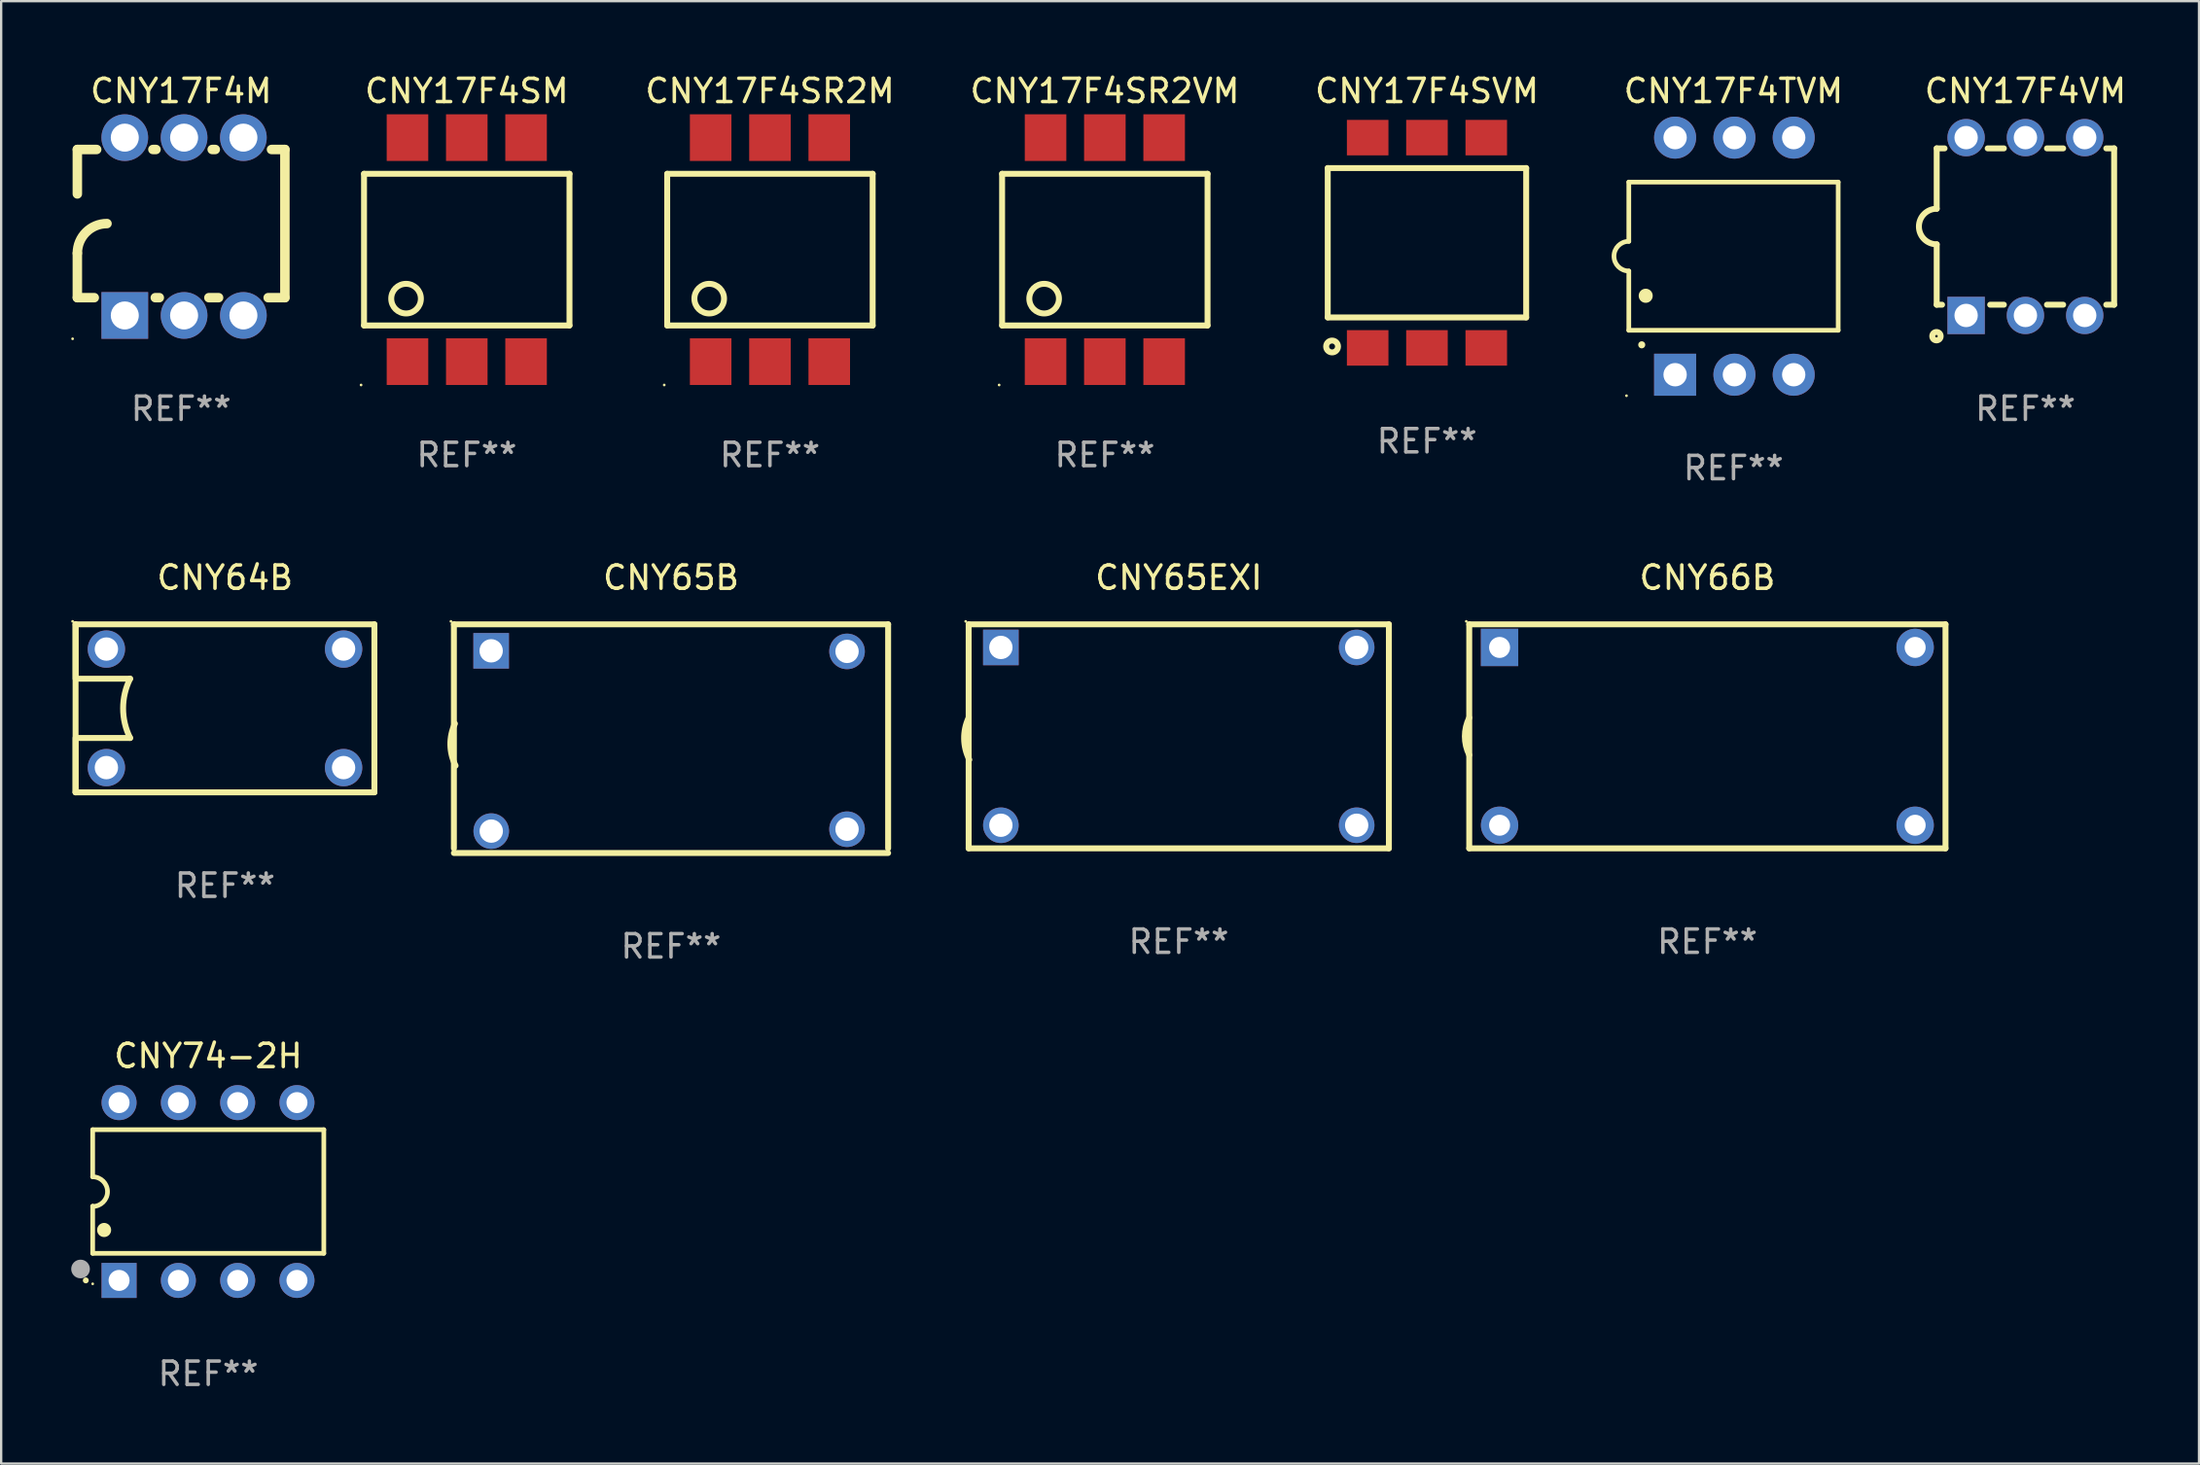
<source format=kicad_pcb>
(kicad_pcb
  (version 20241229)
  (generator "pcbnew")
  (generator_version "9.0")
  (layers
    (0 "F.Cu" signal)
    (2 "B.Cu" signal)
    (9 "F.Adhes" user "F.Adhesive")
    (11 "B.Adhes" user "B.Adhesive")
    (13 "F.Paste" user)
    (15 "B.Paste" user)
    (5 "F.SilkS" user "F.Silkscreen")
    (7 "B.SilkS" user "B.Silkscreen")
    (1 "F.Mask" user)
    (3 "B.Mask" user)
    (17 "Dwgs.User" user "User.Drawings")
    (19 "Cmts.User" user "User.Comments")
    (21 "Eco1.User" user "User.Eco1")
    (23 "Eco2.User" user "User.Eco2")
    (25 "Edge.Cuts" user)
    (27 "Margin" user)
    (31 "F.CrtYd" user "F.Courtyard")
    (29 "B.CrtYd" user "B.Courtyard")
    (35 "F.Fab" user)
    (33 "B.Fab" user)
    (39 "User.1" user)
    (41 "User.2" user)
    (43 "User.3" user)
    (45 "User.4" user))
  (footprint "CNY65B"
    (layer "F.Cu")
    (at 25.692 28.605)
    (property "Reference" "CNY65B" (at 0 -6.9 0) (layer "F.SilkS") (effects (font (size 1 1) (thickness 0.15))))
    (attr through_hole)
    (fp_line (start -9.3 -4.9) (end -9.3 4.7) (stroke (width 0.254) (type solid)) (layer "F.SilkS"))
    (fp_line (start -9.3 -4.9) (end 9.3 -4.9) (stroke (width 0.254) (type solid)) (layer "F.SilkS"))
    (fp_line (start 9.3 4.7) (end 9.3 -4.9) (stroke (width 0.254) (type solid)) (layer "F.SilkS"))
    (fp_line (start 9.3 4.9) (end -9.3 4.9) (stroke (width 0.254) (type solid)) (layer "F.SilkS"))
    (fp_arc (start -9.2286 1.1571) (mid -9.450858 0.2599) (end -9.256541 -0.643764) (stroke (width 0.254001) (type solid)) (layer "F.SilkS"))
    (fp_circle (center -9.427 -5.027) (end -9.397 -5.027) (stroke (width 0.06) (type solid)) (fill no) (layer "F.SilkS"))
    (fp_text user "REF**" (at 0 8.9 0) (layer "F.Fab") (effects (font (size 1 1) (thickness 0.15))))
    (pad "1" thru_hole rect (at -7.704 -3.765) (size 1.524 1.524) (drill 1) (layers "*.Cu" "*.Mask"))
    (pad "2" thru_hole circle (at -7.7 3.961) (size 1.524 1.524) (drill 1) (layers "*.Cu" "*.Mask"))
    (pad "3" thru_hole circle (at 7.54 3.88) (size 1.524 1.524) (drill 1) (layers "*.Cu" "*.Mask"))
    (pad "4" thru_hole circle (at 7.54 -3.74) (size 1.524 1.524) (drill 1) (layers "*.Cu" "*.Mask")))
  (footprint "CNY66B"
    (layer "F.Cu")
    (at 70.083 28.505)
    (property "Reference" "CNY66B" (at 0 -6.8 0) (layer "F.SilkS") (effects (font (size 1 1) (thickness 0.15))))
    (attr through_hole)
    (fp_line (start -10.2 -4.8) (end -10.2 4.8) (stroke (width 0.254) (type solid)) (layer "F.SilkS"))
    (fp_line (start -10.2 -4.8) (end 10.2 -4.8) (stroke (width 0.254) (type solid)) (layer "F.SilkS"))
    (fp_line (start 10.2 4.8) (end -10.2 4.8) (stroke (width 0.254) (type solid)) (layer "F.SilkS"))
    (fp_line (start 10.2 4.8) (end 10.2 -4.8) (stroke (width 0.254) (type solid)) (layer "F.SilkS"))
    (fp_arc (start -10.2 0.8) (mid -10.388269 0) (end -10.2 -0.8) (stroke (width 0.254001) (type solid)) (layer "F.SilkS"))
    (fp_circle (center -10.327 -4.927) (end -10.297 -4.927) (stroke (width 0.06) (type solid)) (fill no) (layer "F.SilkS"))
    (fp_text user "REF**" (at 0 8.8 0) (layer "F.Fab") (effects (font (size 1 1) (thickness 0.15))))
    (pad "1" thru_hole rect (at -8.901 -3.81) (size 1.6 1.6) (drill 0.9) (layers "*.Cu" "*.Mask"))
    (pad "2" thru_hole circle (at -8.9 3.81) (size 1.6 1.6) (drill 0.9) (layers "*.Cu" "*.Mask"))
    (pad "3" thru_hole circle (at 8.9 3.81) (size 1.6 1.6) (drill 0.9) (layers "*.Cu" "*.Mask"))
    (pad "4" thru_hole circle (at 8.9 -3.81) (size 1.6 1.6) (drill 0.9) (layers "*.Cu" "*.Mask")))
  (footprint "CNY17F4SVM"
    (layer "F.Cu")
    (at 58.072 7.353)
    (property "Reference" "CNY17F4SVM" (at 0 -6.505 0) (layer "F.SilkS") (effects (font (size 1 1) (thickness 0.15))))
    (attr through_hole)
    (fp_line (start -4.25 3.2) (end -4.25 -3.2) (stroke (width 0.254) (type solid)) (layer "F.SilkS"))
    (fp_line (start -4.25 -3.2) (end 4.25 -3.2) (stroke (width 0.254) (type solid)) (layer "F.SilkS"))
    (fp_line (start 4.25 3.2) (end -4.25 3.2) (stroke (width 0.254) (type solid)) (layer "F.SilkS"))
    (fp_line (start 4.25 3.2) (end 4.25 -3.2) (stroke (width 0.254) (type solid)) (layer "F.SilkS"))
    (fp_circle (center -4.064 4.445) (end -3.81 4.445) (stroke (width 0.254) (type solid)) (fill no) (layer "F.SilkS"))
    (fp_text user "REF**" (at 0 8.505 0) (layer "F.Fab") (effects (font (size 1 1) (thickness 0.15))))
    (pad "1" smd rect (at -2.54 4.505) (size 1.78 1.52) (layers "F.Cu" "F.Mask" "F.Paste"))
    (pad "2" smd rect (at 0 4.505) (size 1.78 1.52) (layers "F.Cu" "F.Mask" "F.Paste"))
    (pad "3" smd rect (at 2.54 4.505) (size 1.78 1.52) (layers "F.Cu" "F.Mask" "F.Paste"))
    (pad "4" smd rect (at 2.54 -4.505) (size 1.78 1.52) (layers "F.Cu" "F.Mask" "F.Paste"))
    (pad "5" smd rect (at 0 -4.505) (size 1.78 1.52) (layers "F.Cu" "F.Mask" "F.Paste"))
    (pad "6" smd rect (at -2.54 -4.505) (size 1.78 1.52) (layers "F.Cu" "F.Mask" "F.Paste")))
  (footprint "CNY64B"
    (layer "F.Cu")
    (at 6.587 27.305)
    (property "Reference" "CNY64B" (at 0 -5.6 0) (layer "F.SilkS") (effects (font (size 1 1) (thickness 0.15))))
    (attr through_hole)
    (fp_line (start -6.4 -3.6) (end -6.4 3.6) (stroke (width 0.254) (type solid)) (layer "F.SilkS"))
    (fp_line (start -6.4 -3.6) (end 6.4 -3.6) (stroke (width 0.254) (type solid)) (layer "F.SilkS"))
    (fp_line (start -6.4 -1.27) (end -6.4 -3.6) (stroke (width 0.254) (type solid)) (layer "F.SilkS"))
    (fp_line (start -6.4 3.599) (end -6.4 1.269) (stroke (width 0.254) (type solid)) (layer "F.SilkS"))
    (fp_line (start -6.35 -1.27) (end -4.064 -1.27) (stroke (width 0.254) (type solid)) (layer "F.SilkS"))
    (fp_line (start -6.35 1.27) (end -4.064 1.27) (stroke (width 0.254) (type solid)) (layer "F.SilkS"))
    (fp_line (start 6.4 -3.6) (end 6.4 3.6) (stroke (width 0.254) (type solid)) (layer "F.SilkS"))
    (fp_line (start 6.4 3.6) (end -6.4 3.6) (stroke (width 0.254) (type solid)) (layer "F.SilkS"))
    (fp_arc (start -4.064008 1.270002) (mid -4.363815 0) (end -4.064008 -1.270003) (stroke (width 0.254001) (type solid)) (layer "F.SilkS"))
    (fp_circle (center -6.527 -3.727) (end -6.497 -3.727) (stroke (width 0.06) (type solid)) (fill no) (layer "F.SilkS"))
    (fp_text user "REF**" (at 0 7.6 0) (layer "F.Fab") (effects (font (size 1 1) (thickness 0.15))))
    (pad "1" thru_hole circle (at -5.08 -2.54) (size 1.6 1.6) (drill 1) (layers "*.Cu" "*.Mask"))
    (pad "2" thru_hole circle (at -5.08 2.54) (size 1.6 1.6) (drill 1) (layers "*.Cu" "*.Mask"))
    (pad "3" thru_hole circle (at 5.08 2.54) (size 1.6 1.6) (drill 1) (layers "*.Cu" "*.Mask"))
    (pad "4" thru_hole circle (at 5.08 -2.54) (size 1.6 1.6) (drill 1) (layers "*.Cu" "*.Mask")))
  (footprint "CNY17F4SR2VM"
    (layer "F.Cu")
    (at 44.274 7.648)
    (property "Reference" "CNY17F4SR2VM" (at 0 -6.8 0) (layer "F.SilkS") (effects (font (size 1 1) (thickness 0.15))))
    (attr through_hole)
    (fp_line (start -4.4 -3.25) (end -4.4 3.25) (stroke (width 0.254) (type solid)) (layer "F.SilkS"))
    (fp_line (start -4.4 -3.25) (end 4.4 -3.25) (stroke (width 0.254) (type solid)) (layer "F.SilkS"))
    (fp_line (start 4.4 3.25) (end -4.4 3.25) (stroke (width 0.254) (type solid)) (layer "F.SilkS"))
    (fp_line (start 4.4 3.25) (end 4.4 -3.25) (stroke (width 0.254) (type solid)) (layer "F.SilkS"))
    (fp_circle (center -4.527 5.8) (end -4.497 5.8) (stroke (width 0.06) (type solid)) (fill no) (layer "F.SilkS"))
    (fp_circle (center -2.6 2.1) (end -1.965 2.1) (stroke (width 0.254) (type solid)) (fill no) (layer "F.SilkS"))
    (fp_text user "REF**" (at 0 8.8 0) (layer "F.Fab") (effects (font (size 1 1) (thickness 0.15))))
    (pad "1" smd rect (at -2.539 4.8) (size 1.78 2) (layers "F.Cu" "F.Mask" "F.Paste"))
    (pad "2" smd rect (at 0.001 4.8) (size 1.78 2) (layers "F.Cu" "F.Mask" "F.Paste"))
    (pad "3" smd rect (at 2.541 4.8) (size 1.78 2) (layers "F.Cu" "F.Mask" "F.Paste"))
    (pad "4" smd rect (at 2.541 -4.8) (size 1.78 2) (layers "F.Cu" "F.Mask" "F.Paste"))
    (pad "5" smd rect (at 0.001 -4.8) (size 1.78 2) (layers "F.Cu" "F.Mask" "F.Paste"))
    (pad "6" smd rect (at -2.539 -4.8) (size 1.78 2) (layers "F.Cu" "F.Mask" "F.Paste")))
  (footprint "CNY17F4SR2M"
    (layer "F.Cu")
    (at 29.929 7.648)
    (property "Reference" "CNY17F4SR2M" (at 0 -6.8 0) (layer "F.SilkS") (effects (font (size 1 1) (thickness 0.15))))
    (attr through_hole)
    (fp_line (start -4.4 -3.25) (end -4.4 3.25) (stroke (width 0.254) (type solid)) (layer "F.SilkS"))
    (fp_line (start -4.4 -3.25) (end 4.4 -3.25) (stroke (width 0.254) (type solid)) (layer "F.SilkS"))
    (fp_line (start 4.4 3.25) (end -4.4 3.25) (stroke (width 0.254) (type solid)) (layer "F.SilkS"))
    (fp_line (start 4.4 3.25) (end 4.4 -3.25) (stroke (width 0.254) (type solid)) (layer "F.SilkS"))
    (fp_circle (center -4.527 5.8) (end -4.497 5.8) (stroke (width 0.06) (type solid)) (fill no) (layer "F.SilkS"))
    (fp_circle (center -2.6 2.1) (end -1.965 2.1) (stroke (width 0.254) (type solid)) (fill no) (layer "F.SilkS"))
    (fp_text user "REF**" (at 0 8.8 0) (layer "F.Fab") (effects (font (size 1 1) (thickness 0.15))))
    (pad "1" smd rect (at -2.539 4.8) (size 1.78 2) (layers "F.Cu" "F.Mask" "F.Paste"))
    (pad "2" smd rect (at 0.001 4.8) (size 1.78 2) (layers "F.Cu" "F.Mask" "F.Paste"))
    (pad "3" smd rect (at 2.541 4.8) (size 1.78 2) (layers "F.Cu" "F.Mask" "F.Paste"))
    (pad "4" smd rect (at 2.541 -4.8) (size 1.78 2) (layers "F.Cu" "F.Mask" "F.Paste"))
    (pad "5" smd rect (at 0.001 -4.8) (size 1.78 2) (layers "F.Cu" "F.Mask" "F.Paste"))
    (pad "6" smd rect (at -2.539 -4.8) (size 1.78 2) (layers "F.Cu" "F.Mask" "F.Paste")))
  (footprint "CNY17F4TVM"
    (layer "F.Cu")
    (at 71.202 7.928)
    (property "Reference" "CNY17F4TVM" (at 0 -7.08 0) (layer "F.SilkS") (effects (font (size 1 1) (thickness 0.15))))
    (attr through_hole)
    (fp_line (start -4.484 -3.175) (end 4.484 -3.175) (stroke (width 0.2) (type solid)) (layer "F.SilkS"))
    (fp_line (start -4.484 -0.635) (end -4.484 -3.175) (stroke (width 0.2) (type solid)) (layer "F.SilkS"))
    (fp_line (start -4.484 0.635) (end -4.484 3.175) (stroke (width 0.2) (type solid)) (layer "F.SilkS"))
    (fp_line (start -4.484 3.175) (end 4.484 3.175) (stroke (width 0.2) (type solid)) (layer "F.SilkS"))
    (fp_line (start 4.484 -3.175) (end 4.484 3.175) (stroke (width 0.2) (type solid)) (layer "F.SilkS"))
    (fp_arc (start -4.484379 0.635001) (mid -5.11938 0) (end -4.484379 -0.635001) (stroke (width 0.2) (type solid)) (layer "F.SilkS"))
    (fp_arc (start -3.930658 3.799848) (mid -3.930663 3.798578) (end -3.930658 3.797308) (stroke (width 0.3) (type solid)) (layer "F.SilkS"))
    (fp_arc (start -3.760478 1.699263) (mid -3.760489 1.696723) (end -3.760478 1.694183) (stroke (width 0.6) (type solid)) (layer "F.SilkS"))
    (fp_circle (center -4.584 5.98) (end -4.554 5.98) (stroke (width 0.06) (type solid)) (fill no) (layer "F.SilkS"))
    (fp_text user "REF**" (at 0 9.08 0) (layer "F.Fab") (effects (font (size 1 1) (thickness 0.15))))
    (pad "1" thru_hole rect (at -2.501 5.08 90) (size 1.8 1.8) (drill 1) (layers "*.Cu" "*.Mask"))
    (pad "2" thru_hole circle (at 0.039 5.08) (size 1.8 1.8) (drill 1) (layers "*.Cu" "*.Mask"))
    (pad "3" thru_hole circle (at 2.579 5.08) (size 1.8 1.8) (drill 1) (layers "*.Cu" "*.Mask"))
    (pad "4" thru_hole circle (at 2.579 -5.08) (size 1.8 1.8) (drill 1) (layers "*.Cu" "*.Mask"))
    (pad "5" thru_hole circle (at 0.039 -5.08) (size 1.8 1.8) (drill 1) (layers "*.Cu" "*.Mask"))
    (pad "6" thru_hole circle (at -2.501 -5.08) (size 1.8 1.8) (drill 1) (layers "*.Cu" "*.Mask")))
  (footprint "CNY17F4VM"
    (layer "F.Cu")
    (at 83.706 6.658)
    (property "Reference" "CNY17F4VM" (at 0 -5.81 0) (layer "F.SilkS") (effects (font (size 1 1) (thickness 0.15))))
    (attr through_hole)
    (fp_line (start -3.8 3.35) (end -3.8 0.762) (stroke (width 0.254) (type solid)) (layer "F.SilkS"))
    (fp_line (start -3.8 3.35) (end -3.571 3.35) (stroke (width 0.254) (type solid)) (layer "F.SilkS"))
    (fp_line (start -3.8 -3.35) (end -3.8 -0.762) (stroke (width 0.254) (type solid)) (layer "F.SilkS"))
    (fp_line (start -3.8 -3.35) (end -3.463 -3.35) (stroke (width 0.254) (type solid)) (layer "F.SilkS"))
    (fp_line (start -1.617 -3.35) (end -0.923 -3.35) (stroke (width 0.254) (type solid)) (layer "F.SilkS"))
    (fp_line (start -1.509 3.35) (end -0.923 3.35) (stroke (width 0.254) (type solid)) (layer "F.SilkS"))
    (fp_line (start 0.923 -3.35) (end 1.617 -3.35) (stroke (width 0.254) (type solid)) (layer "F.SilkS"))
    (fp_line (start 0.923 3.35) (end 1.617 3.35) (stroke (width 0.254) (type solid)) (layer "F.SilkS"))
    (fp_line (start 3.463 -3.35) (end 3.8 -3.35) (stroke (width 0.254) (type solid)) (layer "F.SilkS"))
    (fp_line (start 3.463 3.35) (end 3.8 3.35) (stroke (width 0.254) (type solid)) (layer "F.SilkS"))
    (fp_line (start 3.8 -3.35) (end 3.8 3.35) (stroke (width 0.254) (type solid)) (layer "F.SilkS"))
    (fp_arc (start -3.800013 0.762002) (mid -4.561837 -0.000089) (end -3.799835 -0.762002) (stroke (width 0.254001) (type solid)) (layer "F.SilkS"))
    (fp_circle (center -3.81 4.699) (end -3.63 4.699) (stroke (width 0.254) (type solid)) (fill no) (layer "F.SilkS"))
    (fp_text user "REF**" (at 0 7.81 0) (layer "F.Fab") (effects (font (size 1 1) (thickness 0.15))))
    (pad "1" thru_hole rect (at -2.54 3.81) (size 1.6 1.6) (drill 1) (layers "*.Cu" "*.Mask"))
    (pad "2" thru_hole circle (at 0.000013 3.81) (size 1.6 1.6) (drill 1) (layers "*.Cu" "*.Mask"))
    (pad "3" thru_hole circle (at 2.54 3.81) (size 1.6 1.6) (drill 1) (layers "*.Cu" "*.Mask"))
    (pad "4" thru_hole circle (at 2.54 -3.81) (size 1.6 1.6) (drill 1) (layers "*.Cu" "*.Mask"))
    (pad "5" thru_hole circle (at 0.000013 -3.81) (size 1.6 1.6) (drill 1) (layers "*.Cu" "*.Mask"))
    (pad "6" thru_hole circle (at -2.54 -3.81) (size 1.6 1.6) (drill 1) (layers "*.Cu" "*.Mask")))
  (footprint "CNY65EXI"
    (layer "F.Cu")
    (at 47.441 28.505)
    (property "Reference" "CNY65EXI" (at 0 -6.8 0) (layer "F.SilkS") (effects (font (size 1 1) (thickness 0.15))))
    (attr through_hole)
    (fp_line (start -9 -4.8) (end -9 4.8) (stroke (width 0.254) (type solid)) (layer "F.SilkS"))
    (fp_line (start -9 -4.8) (end 9 -4.8) (stroke (width 0.254) (type solid)) (layer "F.SilkS"))
    (fp_line (start 9 4.8) (end -9 4.8) (stroke (width 0.254) (type solid)) (layer "F.SilkS"))
    (fp_line (start 9 4.8) (end 9 -4.8) (stroke (width 0.254) (type solid)) (layer "F.SilkS"))
    (fp_arc (start -8.97206 1.000863) (mid -9.194318 0.103663) (end -9 -0.8) (stroke (width 0.254001) (type solid)) (layer "F.SilkS"))
    (fp_circle (center -9.127 -4.927) (end -9.097 -4.927) (stroke (width 0.06) (type solid)) (fill no) (layer "F.SilkS"))
    (fp_text user "REF**" (at 0 8.8 0) (layer "F.Fab") (effects (font (size 1 1) (thickness 0.15))))
    (pad "1" thru_hole rect (at -7.62 -3.81) (size 1.524 1.524) (drill 1) (layers "*.Cu" "*.Mask"))
    (pad "2" thru_hole circle (at -7.62 3.81) (size 1.524 1.524) (drill 1) (layers "*.Cu" "*.Mask"))
    (pad "3" thru_hole circle (at 7.62 3.81) (size 1.524 1.524) (drill 1) (layers "*.Cu" "*.Mask"))
    (pad "4" thru_hole circle (at 7.62 -3.81) (size 1.524 1.524) (drill 1) (layers "*.Cu" "*.Mask")))
  (footprint "CNY74-2H"
    (layer "F.Cu")
    (at 5.87 48.011)
    (property "Reference" "CNY74-2H" (at 0 -5.81 0) (layer "F.SilkS") (effects (font (size 1 1) (thickness 0.15))))
    (attr through_hole)
    (fp_line (start -4.95 -2.649) (end 4.95 -2.649) (stroke (width 0.2) (type solid)) (layer "F.SilkS"))
    (fp_line (start -4.95 -0.635) (end -4.95 -2.649) (stroke (width 0.2) (type solid)) (layer "F.SilkS"))
    (fp_line (start -4.95 0.635) (end -4.95 0.64) (stroke (width 0.2) (type solid)) (layer "F.SilkS"))
    (fp_line (start -4.95 2.649) (end -4.95 0.635) (stroke (width 0.2) (type solid)) (layer "F.SilkS"))
    (fp_line (start -4.95 -0.64) (end -4.95 -0.635) (stroke (width 0.2) (type solid)) (layer "F.SilkS"))
    (fp_line (start 4.95 -2.649) (end 4.95 2.649) (stroke (width 0.2) (type solid)) (layer "F.SilkS"))
    (fp_line (start 4.95 2.649) (end -4.95 2.649) (stroke (width 0.2) (type solid)) (layer "F.SilkS"))
    (fp_arc (start -5.24511 3.810008) (mid -5.245117 3.808738) (end -5.24511 3.807468) (stroke (width 0.25) (type solid)) (layer "F.SilkS"))
    (fp_arc (start -4.950165 -0.629997) (mid -4.315164 0.005004) (end -4.950165 0.640005) (stroke (width 0.2) (type solid)) (layer "F.SilkS"))
    (fp_arc (start -4.460249 1.651003) (mid -4.46026 1.648463) (end -4.460249 1.645923) (stroke (width 0.6) (type solid)) (layer "F.SilkS"))
    (fp_circle (center -4.95 3.956) (end -4.92 3.956) (stroke (width 0.06) (type solid)) (fill no) (layer "F.SilkS"))
    (fp_circle (center -5.47 3.32) (end -5.27 3.32) (stroke (width 0.4) (type solid)) (fill no) (layer "F.Fab"))
    (fp_text user "REF**" (at 0 7.81 0) (layer "F.Fab") (effects (font (size 1 1) (thickness 0.15))))
    (pad "1" thru_hole rect (at -3.82 3.81) (size 1.5 1.5) (drill 0.9) (layers "*.Cu" "*.Mask"))
    (pad "2" thru_hole circle (at -1.28 3.81) (size 1.5 1.5) (drill 0.9) (layers "*.Cu" "*.Mask"))
    (pad "3" thru_hole circle (at 1.26 3.81) (size 1.5 1.5) (drill 0.9) (layers "*.Cu" "*.Mask"))
    (pad "4" thru_hole circle (at 3.8 3.81) (size 1.5 1.5) (drill 0.9) (layers "*.Cu" "*.Mask"))
    (pad "5" thru_hole circle (at 3.8 -3.81) (size 1.5 1.5) (drill 0.9) (layers "*.Cu" "*.Mask"))
    (pad "6" thru_hole circle (at 1.26 -3.81) (size 1.5 1.5) (drill 0.9) (layers "*.Cu" "*.Mask"))
    (pad "7" thru_hole circle (at -1.28 -3.81) (size 1.5 1.5) (drill 0.9) (layers "*.Cu" "*.Mask"))
    (pad "8" thru_hole circle (at -3.82 -3.81) (size 1.5 1.5) (drill 0.9) (layers "*.Cu" "*.Mask")))
  (footprint "CNY17F4SM"
    (layer "F.Cu")
    (at 16.943 7.648)
    (property "Reference" "CNY17F4SM" (at 0 -6.8 0) (layer "F.SilkS") (effects (font (size 1 1) (thickness 0.15))))
    (attr through_hole)
    (fp_line (start -4.4 -3.25) (end -4.4 3.25) (stroke (width 0.254) (type solid)) (layer "F.SilkS"))
    (fp_line (start -4.4 -3.25) (end 4.4 -3.25) (stroke (width 0.254) (type solid)) (layer "F.SilkS"))
    (fp_line (start 4.4 3.25) (end -4.4 3.25) (stroke (width 0.254) (type solid)) (layer "F.SilkS"))
    (fp_line (start 4.4 3.25) (end 4.4 -3.25) (stroke (width 0.254) (type solid)) (layer "F.SilkS"))
    (fp_circle (center -4.527 5.8) (end -4.497 5.8) (stroke (width 0.06) (type solid)) (fill no) (layer "F.SilkS"))
    (fp_circle (center -2.6 2.1) (end -1.965 2.1) (stroke (width 0.254) (type solid)) (fill no) (layer "F.SilkS"))
    (fp_text user "REF**" (at 0 8.8 0) (layer "F.Fab") (effects (font (size 1 1) (thickness 0.15))))
    (pad "1" smd rect (at -2.539 4.8) (size 1.78 2) (layers "F.Cu" "F.Mask" "F.Paste"))
    (pad "2" smd rect (at 0.001 4.8) (size 1.78 2) (layers "F.Cu" "F.Mask" "F.Paste"))
    (pad "3" smd rect (at 2.541 4.8) (size 1.78 2) (layers "F.Cu" "F.Mask" "F.Paste"))
    (pad "4" smd rect (at 2.541 -4.8) (size 1.78 2) (layers "F.Cu" "F.Mask" "F.Paste"))
    (pad "5" smd rect (at 0.001 -4.8) (size 1.78 2) (layers "F.Cu" "F.Mask" "F.Paste"))
    (pad "6" smd rect (at -2.539 -4.8) (size 1.78 2) (layers "F.Cu" "F.Mask" "F.Paste")))
  (footprint "CNY17F4M"
    (layer "F.Cu")
    (at 4.708 6.658)
    (property "Reference" "CNY17F4M" (at 0 -5.81 0) (layer "F.SilkS") (effects (font (size 1 1) (thickness 0.15))))
    (attr through_hole)
    (fp_line (start -4.445 -1.397) (end -4.445 -3.302) (stroke (width 0.406) (type solid)) (layer "F.SilkS"))
    (fp_line (start -4.445 3.048) (end -4.445 1.143) (stroke (width 0.406) (type solid)) (layer "F.SilkS"))
    (fp_line (start -4.445 3.048) (end -3.72 3.048) (stroke (width 0.406) (type solid)) (layer "F.SilkS"))
    (fp_line (start -3.617 -3.302) (end -4.445 -3.302) (stroke (width 0.406) (type solid)) (layer "F.SilkS"))
    (fp_line (start -1.106 3.048) (end -0.935 3.048) (stroke (width 0.406) (type solid)) (layer "F.SilkS"))
    (fp_line (start -1.077 -3.302) (end -1.209 -3.302) (stroke (width 0.406) (type solid)) (layer "F.SilkS"))
    (fp_line (start 1.189 3.048) (end 1.605 3.048) (stroke (width 0.406) (type solid)) (layer "F.SilkS"))
    (fp_line (start 1.463 -3.302) (end 1.331 -3.302) (stroke (width 0.406) (type solid)) (layer "F.SilkS"))
    (fp_line (start 3.729 3.048) (end 4.445 3.048) (stroke (width 0.406) (type solid)) (layer "F.SilkS"))
    (fp_line (start 4.445 -3.302) (end 3.871 -3.302) (stroke (width 0.406) (type solid)) (layer "F.SilkS"))
    (fp_line (start 4.445 -3.302) (end 4.445 3.048) (stroke (width 0.406) (type solid)) (layer "F.SilkS"))
    (fp_arc (start -4.444983 1.143002) (mid -4.073008 0.244974) (end -3.17498 -0.127) (stroke (width 0.4064) (type solid)) (layer "F.SilkS"))
    (fp_circle (center -4.648 4.81) (end -4.618 4.81) (stroke (width 0.06) (type solid)) (fill no) (layer "F.SilkS"))
    (fp_text user "REF**" (at 0 7.81 0) (layer "F.Fab") (effects (font (size 1 1) (thickness 0.15))))
    (pad "1" thru_hole rect (at -2.413 3.81 90) (size 2 2) (drill 1.2) (layers "*.Cu" "*.Mask"))
    (pad "2" thru_hole circle (at 0.127 3.81) (size 2 2) (drill 1.2) (layers "*.Cu" "*.Mask"))
    (pad "3" thru_hole circle (at 2.667 3.81) (size 2 2) (drill 1.2) (layers "*.Cu" "*.Mask"))
    (pad "4" thru_hole circle (at 2.667 -3.81) (size 2 2) (drill 1.2) (layers "*.Cu" "*.Mask"))
    (pad "5" thru_hole circle (at 0.127 -3.81) (size 2 2) (drill 1.2) (layers "*.Cu" "*.Mask"))
    (pad "6" thru_hole circle (at -2.413 -3.81) (size 2 2) (drill 1.2) (layers "*.Cu" "*.Mask")))
  (gr_rect
    (start -3 -3)
    (end 91.141 59.67)
    (stroke (width 0.1) (type default))
    (fill no)
    (layer "Edge.Cuts")))
</source>
